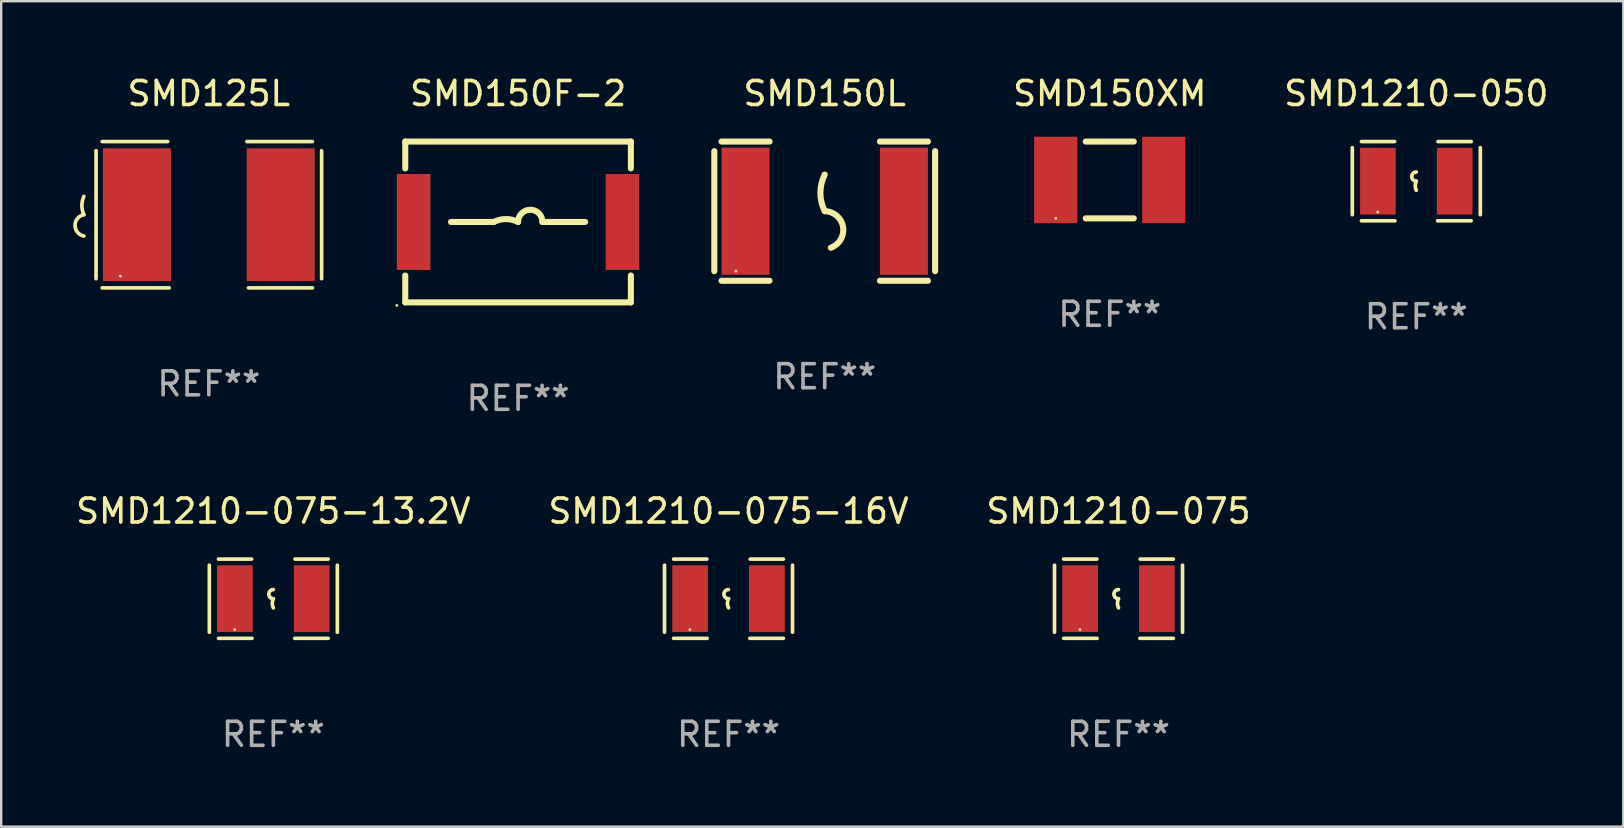
<source format=kicad_pcb>
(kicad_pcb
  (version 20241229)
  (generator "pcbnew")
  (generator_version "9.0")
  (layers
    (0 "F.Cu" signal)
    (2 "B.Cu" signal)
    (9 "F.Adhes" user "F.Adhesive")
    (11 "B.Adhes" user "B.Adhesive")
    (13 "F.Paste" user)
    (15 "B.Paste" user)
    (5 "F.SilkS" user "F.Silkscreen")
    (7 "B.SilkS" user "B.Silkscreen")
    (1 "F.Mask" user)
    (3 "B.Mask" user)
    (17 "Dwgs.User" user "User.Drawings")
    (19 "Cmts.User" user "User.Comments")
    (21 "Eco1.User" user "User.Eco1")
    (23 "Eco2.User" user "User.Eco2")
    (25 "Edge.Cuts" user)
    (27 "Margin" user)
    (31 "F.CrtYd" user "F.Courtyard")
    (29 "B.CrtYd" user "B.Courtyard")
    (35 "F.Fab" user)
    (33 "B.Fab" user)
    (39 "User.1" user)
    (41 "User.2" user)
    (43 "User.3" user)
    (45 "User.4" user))
  (footprint "SMD1210-075-13.2V"
    (layer "F.Cu")
    (at 8.339 21.896)
    (property "Reference" "SMD1210-075-13.2V" (at 0 -3.651 0) (layer "F.SilkS") (effects (font (size 1 1) (thickness 0.15))))
    (attr through_hole)
    (fp_line (start -2.667 -1.397) (end -2.667 1.397) (stroke (width 0.152) (type solid)) (layer "F.SilkS"))
    (fp_line (start -2.286 -1.651) (end -0.903 -1.651) (stroke (width 0.152) (type solid)) (layer "F.SilkS"))
    (fp_line (start -0.889 1.651) (end -2.286 1.651) (stroke (width 0.152) (type solid)) (layer "F.SilkS"))
    (fp_line (start 0.889 1.651) (end 2.286 1.651) (stroke (width 0.152) (type solid)) (layer "F.SilkS"))
    (fp_line (start 2.286 -1.651) (end 0.903 -1.651) (stroke (width 0.152) (type solid)) (layer "F.SilkS"))
    (fp_line (start 2.667 -1.397) (end 2.667 1.397) (stroke (width 0.152) (type solid)) (layer "F.SilkS"))
    (fp_arc (start 0 0) (mid -0.1905 -0.1905) (end 0 -0.381) (stroke (width 0.151994) (type solid)) (layer "F.SilkS"))
    (fp_arc (start 0 0.381001) (mid -0.044971 0.1905) (end 0 0) (stroke (width 0.151994) (type solid)) (layer "F.SilkS"))
    (fp_circle (center -1.608 1.288) (end -1.578 1.288) (stroke (width 0.06) (type solid)) (fill no) (layer "F.SilkS"))
    (fp_text user "REF**" (at 0 5.651 0) (layer "F.Fab") (effects (font (size 1 1) (thickness 0.15))))
    (pad "1" smd rect (at -1.6 0) (size 1.485 2.781) (layers "F.Cu" "F.Mask" "F.Paste"))
    (pad "2" smd rect (at 1.6 0) (size 1.485 2.781) (layers "F.Cu" "F.Mask" "F.Paste")))
  (footprint "SMD150F-2"
    (layer "F.Cu")
    (at 18.536 6.198)
    (property "Reference" "SMD150F-2" (at 0 -5.35 0) (layer "F.SilkS") (effects (font (size 1 1) (thickness 0.15))))
    (attr through_hole)
    (fp_line (start -4.7 -3.35) (end -4.7 -2.231) (stroke (width 0.254) (type solid)) (layer "F.SilkS"))
    (fp_line (start -4.7 -3.35) (end 4.7 -3.35) (stroke (width 0.254) (type solid)) (layer "F.SilkS"))
    (fp_line (start -4.7 2.231) (end -4.7 3.35) (stroke (width 0.254) (type solid)) (layer "F.SilkS"))
    (fp_line (start -4.7 3.35) (end 4.7 3.35) (stroke (width 0.254) (type solid)) (layer "F.SilkS"))
    (fp_line (start -2.794 0) (end -1.016 0) (stroke (width 0.254) (type solid)) (layer "F.SilkS"))
    (fp_line (start 2.794 0) (end 1.016 0) (stroke (width 0.254) (type solid)) (layer "F.SilkS"))
    (fp_line (start 4.7 -3.35) (end 4.7 -2.231) (stroke (width 0.254) (type solid)) (layer "F.SilkS"))
    (fp_line (start 4.7 2.231) (end 4.7 3.35) (stroke (width 0.254) (type solid)) (layer "F.SilkS"))
    (fp_arc (start -1.016002 0) (mid -0.508001 -0.119923) (end 0 0) (stroke (width 0.254001) (type solid)) (layer "F.SilkS"))
    (fp_arc (start 0 0) (mid 0.508001 -0.508001) (end 1.016002 0) (stroke (width 0.254001) (type solid)) (layer "F.SilkS"))
    (fp_circle (center -5.05 3.477) (end -5.02 3.477) (stroke (width 0.06) (type solid)) (fill no) (layer "F.SilkS"))
    (fp_text user "REF**" (at 0 7.35 0) (layer "F.Fab") (effects (font (size 1 1) (thickness 0.15))))
    (pad "1" smd rect (at -4.35 0) (size 1.4 4) (layers "F.Cu" "F.Mask" "F.Paste"))
    (pad "2" smd rect (at 4.35 0) (size 1.4 4) (layers "F.Cu" "F.Mask" "F.Paste")))
  (footprint "SMD150XM"
    (layer "F.Cu")
    (at 43.189 4.448)
    (property "Reference" "SMD150XM" (at 0 -3.6 0) (layer "F.SilkS") (effects (font (size 1 1) (thickness 0.15))))
    (attr through_hole)
    (fp_line (start -1 -1.6) (end 1 -1.6) (stroke (width 0.254) (type solid)) (layer "F.SilkS"))
    (fp_line (start 1 1.6) (end -1 1.6) (stroke (width 0.254) (type solid)) (layer "F.SilkS"))
    (fp_circle (center -2.25 1.6) (end -2.22 1.6) (stroke (width 0.06) (type solid)) (fill no) (layer "F.SilkS"))
    (fp_text user "REF**" (at 0 5.6 0) (layer "F.Fab") (effects (font (size 1 1) (thickness 0.15))))
    (pad "1" smd rect (at -2.25 0) (size 1.8 3.6) (layers "F.Cu" "F.Mask" "F.Paste"))
    (pad "2" smd rect (at 2.25 0) (size 1.8 3.6) (layers "F.Cu" "F.Mask" "F.Paste")))
  (footprint "SMD1210-075-16V"
    (layer "F.Cu")
    (at 27.304 21.896)
    (property "Reference" "SMD1210-075-16V" (at 0 -3.651 0) (layer "F.SilkS") (effects (font (size 1 1) (thickness 0.15))))
    (attr through_hole)
    (fp_line (start -2.667 -1.397) (end -2.667 1.397) (stroke (width 0.152) (type solid)) (layer "F.SilkS"))
    (fp_line (start -2.286 -1.651) (end -0.903 -1.651) (stroke (width 0.152) (type solid)) (layer "F.SilkS"))
    (fp_line (start -0.889 1.651) (end -2.286 1.651) (stroke (width 0.152) (type solid)) (layer "F.SilkS"))
    (fp_line (start 0.889 1.651) (end 2.286 1.651) (stroke (width 0.152) (type solid)) (layer "F.SilkS"))
    (fp_line (start 2.286 -1.651) (end 0.903 -1.651) (stroke (width 0.152) (type solid)) (layer "F.SilkS"))
    (fp_line (start 2.667 -1.397) (end 2.667 1.397) (stroke (width 0.152) (type solid)) (layer "F.SilkS"))
    (fp_arc (start 0 0) (mid -0.1905 -0.1905) (end 0 -0.381) (stroke (width 0.151994) (type solid)) (layer "F.SilkS"))
    (fp_arc (start 0 0.381001) (mid -0.044971 0.1905) (end 0 0) (stroke (width 0.151994) (type solid)) (layer "F.SilkS"))
    (fp_circle (center -1.608 1.288) (end -1.578 1.288) (stroke (width 0.06) (type solid)) (fill no) (layer "F.SilkS"))
    (fp_text user "REF**" (at 0 5.651 0) (layer "F.Fab") (effects (font (size 1 1) (thickness 0.15))))
    (pad "1" smd rect (at -1.6 0) (size 1.485 2.781) (layers "F.Cu" "F.Mask" "F.Paste"))
    (pad "2" smd rect (at 1.6 0) (size 1.485 2.781) (layers "F.Cu" "F.Mask" "F.Paste")))
  (footprint "SMD125L"
    (layer "F.Cu")
    (at 5.651 5.896)
    (property "Reference" "SMD125L" (at 0 -5.048 0) (layer "F.SilkS") (effects (font (size 1 1) (thickness 0.15))))
    (attr through_hole)
    (fp_line (start -4.699 -2.667) (end -4.699 2.667) (stroke (width 0.152) (type solid)) (layer "F.SilkS"))
    (fp_line (start -4.445 -3.048) (end -1.712 -3.048) (stroke (width 0.152) (type solid)) (layer "F.SilkS"))
    (fp_line (start -1.651 3.048) (end -4.445 3.048) (stroke (width 0.152) (type solid)) (layer "F.SilkS"))
    (fp_line (start 1.651 3.048) (end 4.318 3.048) (stroke (width 0.152) (type solid)) (layer "F.SilkS"))
    (fp_line (start 4.318 -3.048) (end 1.585 -3.048) (stroke (width 0.152) (type solid)) (layer "F.SilkS"))
    (fp_line (start 4.699 -2.667) (end 4.699 2.667) (stroke (width 0.152) (type solid)) (layer "F.SilkS"))
    (fp_arc (start -5.20701 0) (mid -5.288646 -0.381001) (end -5.20701 -0.762002) (stroke (width 0.151994) (type solid)) (layer "F.SilkS"))
    (fp_arc (start -5.20701 0.889002) (mid -5.574698 0.444501) (end -5.20701 0) (stroke (width 0.151994) (type solid)) (layer "F.SilkS"))
    (fp_circle (center -3.677 2.56) (end -3.647 2.56) (stroke (width 0.06) (type solid)) (fill no) (layer "F.SilkS"))
    (fp_text user "REF**" (at 0 7.048 0) (layer "F.Fab") (effects (font (size 1 1) (thickness 0.15))))
    (pad "1" smd rect (at -2.995 0) (size 2.835 5.53) (layers "F.Cu" "F.Mask" "F.Paste"))
    (pad "2" smd rect (at 2.995 0) (size 2.835 5.53) (layers "F.Cu" "F.Mask" "F.Paste")))
  (footprint "SMD150L"
    (layer "F.Cu")
    (at 31.313 5.748)
    (property "Reference" "SMD150L" (at 0 -4.9 0) (layer "F.SilkS") (effects (font (size 1 1) (thickness 0.15))))
    (attr through_hole)
    (fp_line (start -4.6 -2.5) (end -4.6 2.5) (stroke (width 0.254) (type solid)) (layer "F.SilkS"))
    (fp_line (start -4.3 -2.9) (end -2.3 -2.9) (stroke (width 0.254) (type solid)) (layer "F.SilkS"))
    (fp_line (start -4.3 2.9) (end -2.3 2.9) (stroke (width 0.254) (type solid)) (layer "F.SilkS"))
    (fp_line (start 2.3 -2.9) (end 4.3 -2.9) (stroke (width 0.254) (type solid)) (layer "F.SilkS"))
    (fp_line (start 2.3 2.9) (end 4.3 2.9) (stroke (width 0.254) (type solid)) (layer "F.SilkS"))
    (fp_line (start 4.6 -2.5) (end 4.6 2.5) (stroke (width 0.254) (type solid)) (layer "F.SilkS"))
    (fp_arc (start 0 0) (mid -0.179884 -0.762002) (end 0 -1.524003) (stroke (width 0.254001) (type solid)) (layer "F.SilkS"))
    (fp_arc (start 0 0) (mid 0.763086 0.655987) (end 0.254001 1.524003) (stroke (width 0.254001) (type solid)) (layer "F.SilkS"))
    (fp_circle (center -3.7 2.5) (end -3.67 2.5) (stroke (width 0.06) (type solid)) (fill no) (layer "F.SilkS"))
    (fp_text user "REF**" (at 0 6.9 0) (layer "F.Fab") (effects (font (size 1 1) (thickness 0.15))))
    (pad "1" smd rect (at -3.3 0) (size 2 5.3) (layers "F.Cu" "F.Mask" "F.Paste"))
    (pad "2" smd rect (at 3.3 0) (size 2 5.3) (layers "F.Cu" "F.Mask" "F.Paste")))
  (footprint "SMD1210-050"
    (layer "F.Cu")
    (at 55.962 4.499)
    (property "Reference" "SMD1210-050" (at 0 -3.651 0) (layer "F.SilkS") (effects (font (size 1 1) (thickness 0.15))))
    (attr through_hole)
    (fp_line (start -2.667 -1.397) (end -2.667 1.397) (stroke (width 0.152) (type solid)) (layer "F.SilkS"))
    (fp_line (start -2.286 -1.651) (end -0.903 -1.651) (stroke (width 0.152) (type solid)) (layer "F.SilkS"))
    (fp_line (start -0.889 1.651) (end -2.286 1.651) (stroke (width 0.152) (type solid)) (layer "F.SilkS"))
    (fp_line (start 0.889 1.651) (end 2.286 1.651) (stroke (width 0.152) (type solid)) (layer "F.SilkS"))
    (fp_line (start 2.286 -1.651) (end 0.903 -1.651) (stroke (width 0.152) (type solid)) (layer "F.SilkS"))
    (fp_line (start 2.667 -1.397) (end 2.667 1.397) (stroke (width 0.152) (type solid)) (layer "F.SilkS"))
    (fp_arc (start 0 0) (mid -0.1905 -0.1905) (end 0 -0.381) (stroke (width 0.151994) (type solid)) (layer "F.SilkS"))
    (fp_arc (start 0 0.381001) (mid -0.044971 0.1905) (end 0 0) (stroke (width 0.151994) (type solid)) (layer "F.SilkS"))
    (fp_circle (center -1.608 1.288) (end -1.578 1.288) (stroke (width 0.06) (type solid)) (fill no) (layer "F.SilkS"))
    (fp_text user "REF**" (at 0 5.651 0) (layer "F.Fab") (effects (font (size 1 1) (thickness 0.15))))
    (pad "1" smd rect (at -1.6 0) (size 1.485 2.781) (layers "F.Cu" "F.Mask" "F.Paste"))
    (pad "2" smd rect (at 1.6 0) (size 1.485 2.781) (layers "F.Cu" "F.Mask" "F.Paste")))
  (footprint "SMD1210-075"
    (layer "F.Cu")
    (at 43.554 21.896)
    (property "Reference" "SMD1210-075" (at 0 -3.651 0) (layer "F.SilkS") (effects (font (size 1 1) (thickness 0.15))))
    (attr through_hole)
    (fp_line (start -2.667 -1.397) (end -2.667 1.397) (stroke (width 0.152) (type solid)) (layer "F.SilkS"))
    (fp_line (start -2.286 -1.651) (end -0.903 -1.651) (stroke (width 0.152) (type solid)) (layer "F.SilkS"))
    (fp_line (start -0.889 1.651) (end -2.286 1.651) (stroke (width 0.152) (type solid)) (layer "F.SilkS"))
    (fp_line (start 0.889 1.651) (end 2.286 1.651) (stroke (width 0.152) (type solid)) (layer "F.SilkS"))
    (fp_line (start 2.286 -1.651) (end 0.903 -1.651) (stroke (width 0.152) (type solid)) (layer "F.SilkS"))
    (fp_line (start 2.667 -1.397) (end 2.667 1.397) (stroke (width 0.152) (type solid)) (layer "F.SilkS"))
    (fp_arc (start 0 0) (mid -0.1905 -0.1905) (end 0 -0.381) (stroke (width 0.151994) (type solid)) (layer "F.SilkS"))
    (fp_arc (start 0 0.381001) (mid -0.044971 0.1905) (end 0 0) (stroke (width 0.151994) (type solid)) (layer "F.SilkS"))
    (fp_circle (center -1.608 1.288) (end -1.578 1.288) (stroke (width 0.06) (type solid)) (fill no) (layer "F.SilkS"))
    (fp_text user "REF**" (at 0 5.651 0) (layer "F.Fab") (effects (font (size 1 1) (thickness 0.15))))
    (pad "1" smd rect (at -1.6 0) (size 1.485 2.781) (layers "F.Cu" "F.Mask" "F.Paste"))
    (pad "2" smd rect (at 1.6 0) (size 1.485 2.781) (layers "F.Cu" "F.Mask" "F.Paste")))
  (gr_rect
    (start -3 -3)
    (end 64.587 31.395)
    (stroke (width 0.1) (type default))
    (fill no)
    (layer "Edge.Cuts")))
</source>
